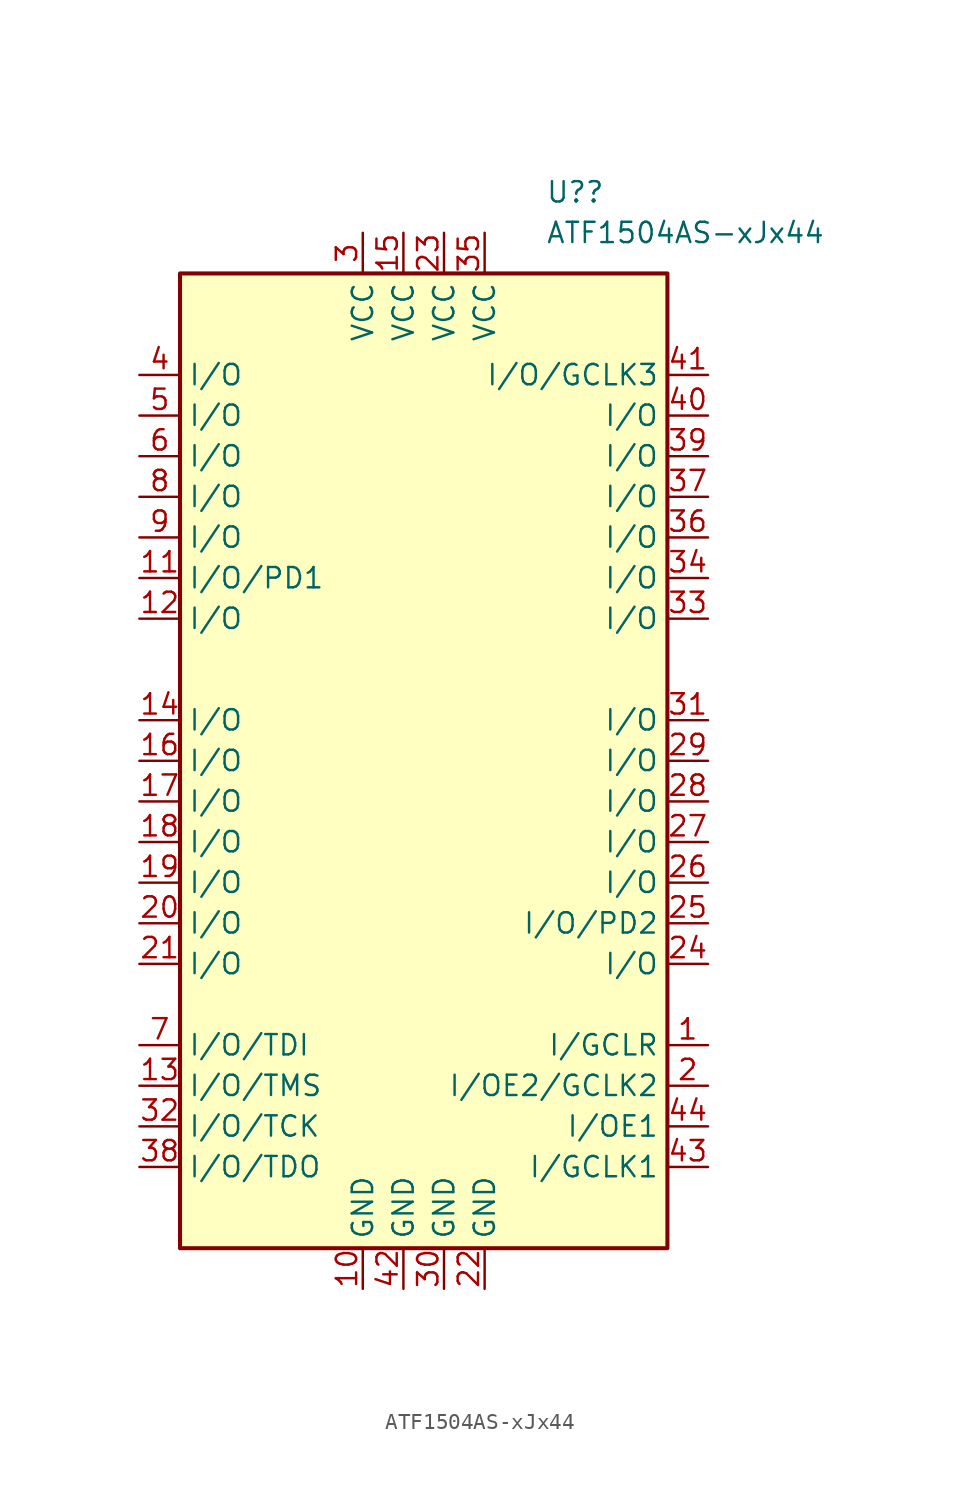
<source format=kicad_sym>
(kicad_symbol_lib
  (version 20211014)
  (generator kicad_symbol_editor)
  (symbol "ATF1504AS-xJx44"
    (property "Reference" "U?"
      (at 7.62 27.94 0)
      (effects (font (size 1.27 1.27)) (justify left)))
    (property "Value" "ATF1504AS-xJx44"
      (at 7.62 25.4 0)
      (effects (font (size 1.27 1.27)) (justify left)))
    (symbol "ATF1504AS-xJx44_0_1"
      (rectangle (start -15.24 22.86) (end 15.24 -38.1) (stroke (width 0.254) (type default) (color 0 0 0 0)) (fill (type background))))
    (symbol "ATF1504AS-xJx44_1_1"
      (pin input line (at 17.78 -25.4 180) (length 2.54) (name "I/GCLR" (effects (font (size 1.27 1.27)))) (number "1" (effects (font (size 1.27 1.27)))))
      (pin power_in line (at -3.81 -40.64 90) (length 2.54) (name "GND" (effects (font (size 1.27 1.27)))) (number "10" (effects (font (size 1.27 1.27)))))
      (pin bidirectional line (at -17.78 3.81 0) (length 2.54) (name "I/O/PD1" (effects (font (size 1.27 1.27)))) (number "11" (effects (font (size 1.27 1.27)))))
      (pin bidirectional line (at -17.78 1.27 0) (length 2.54) (name "I/O" (effects (font (size 1.27 1.27)))) (number "12" (effects (font (size 1.27 1.27)))))
      (pin bidirectional line (at -17.78 -27.94 0) (length 2.54) (name "I/O/TMS" (effects (font (size 1.27 1.27)))) (number "13" (effects (font (size 1.27 1.27)))))
      (pin bidirectional line (at -17.78 -5.08 0) (length 2.54) (name "I/O" (effects (font (size 1.27 1.27)))) (number "14" (effects (font (size 1.27 1.27)))))
      (pin power_in line (at -1.27 25.4 270) (length 2.54) (name "VCC" (effects (font (size 1.27 1.27)))) (number "15" (effects (font (size 1.27 1.27)))))
      (pin bidirectional line (at -17.78 -7.62 0) (length 2.54) (name "I/O" (effects (font (size 1.27 1.27)))) (number "16" (effects (font (size 1.27 1.27)))))
      (pin bidirectional line (at -17.78 -10.16 0) (length 2.54) (name "I/O" (effects (font (size 1.27 1.27)))) (number "17" (effects (font (size 1.27 1.27)))))
      (pin bidirectional line (at -17.78 -12.7 0) (length 2.54) (name "I/O" (effects (font (size 1.27 1.27)))) (number "18" (effects (font (size 1.27 1.27)))))
      (pin bidirectional line (at -17.78 -15.24 0) (length 2.54) (name "I/O" (effects (font (size 1.27 1.27)))) (number "19" (effects (font (size 1.27 1.27)))))
      (pin input line (at 17.78 -27.94 180) (length 2.54) (name "I/OE2/GCLK2" (effects (font (size 1.27 1.27)))) (number "2" (effects (font (size 1.27 1.27)))))
      (pin bidirectional line (at -17.78 -17.78 0) (length 2.54) (name "I/O" (effects (font (size 1.27 1.27)))) (number "20" (effects (font (size 1.27 1.27)))))
      (pin bidirectional line (at -17.78 -20.32 0) (length 2.54) (name "I/O" (effects (font (size 1.27 1.27)))) (number "21" (effects (font (size 1.27 1.27)))))
      (pin power_in line (at 3.81 -40.64 90) (length 2.54) (name "GND" (effects (font (size 1.27 1.27)))) (number "22" (effects (font (size 1.27 1.27)))))
      (pin power_in line (at 1.27 25.4 270) (length 2.54) (name "VCC" (effects (font (size 1.27 1.27)))) (number "23" (effects (font (size 1.27 1.27)))))
      (pin bidirectional line (at 17.78 -20.32 180) (length 2.54) (name "I/O" (effects (font (size 1.27 1.27)))) (number "24" (effects (font (size 1.27 1.27)))))
      (pin bidirectional line (at 17.78 -17.78 180) (length 2.54) (name "I/O/PD2" (effects (font (size 1.27 1.27)))) (number "25" (effects (font (size 1.27 1.27)))))
      (pin bidirectional line (at 17.78 -15.24 180) (length 2.54) (name "I/O" (effects (font (size 1.27 1.27)))) (number "26" (effects (font (size 1.27 1.27)))))
      (pin bidirectional line (at 17.78 -12.7 180) (length 2.54) (name "I/O" (effects (font (size 1.27 1.27)))) (number "27" (effects (font (size 1.27 1.27)))))
      (pin bidirectional line (at 17.78 -10.16 180) (length 2.54) (name "I/O" (effects (font (size 1.27 1.27)))) (number "28" (effects (font (size 1.27 1.27)))))
      (pin bidirectional line (at 17.78 -7.62 180) (length 2.54) (name "I/O" (effects (font (size 1.27 1.27)))) (number "29" (effects (font (size 1.27 1.27)))))
      (pin power_in line (at -3.81 25.4 270) (length 2.54) (name "VCC" (effects (font (size 1.27 1.27)))) (number "3" (effects (font (size 1.27 1.27)))))
      (pin power_in line (at 1.27 -40.64 90) (length 2.54) (name "GND" (effects (font (size 1.27 1.27)))) (number "30" (effects (font (size 1.27 1.27)))))
      (pin bidirectional line (at 17.78 -5.08 180) (length 2.54) (name "I/O" (effects (font (size 1.27 1.27)))) (number "31" (effects (font (size 1.27 1.27)))))
      (pin bidirectional line (at -17.78 -30.48 0) (length 2.54) (name "I/O/TCK" (effects (font (size 1.27 1.27)))) (number "32" (effects (font (size 1.27 1.27)))))
      (pin bidirectional line (at 17.78 1.27 180) (length 2.54) (name "I/O" (effects (font (size 1.27 1.27)))) (number "33" (effects (font (size 1.27 1.27)))))
      (pin bidirectional line (at 17.78 3.81 180) (length 2.54) (name "I/O" (effects (font (size 1.27 1.27)))) (number "34" (effects (font (size 1.27 1.27)))))
      (pin power_in line (at 3.81 25.4 270) (length 2.54) (name "VCC" (effects (font (size 1.27 1.27)))) (number "35" (effects (font (size 1.27 1.27)))))
      (pin bidirectional line (at 17.78 6.35 180) (length 2.54) (name "I/O" (effects (font (size 1.27 1.27)))) (number "36" (effects (font (size 1.27 1.27)))))
      (pin bidirectional line (at 17.78 8.89 180) (length 2.54) (name "I/O" (effects (font (size 1.27 1.27)))) (number "37" (effects (font (size 1.27 1.27)))))
      (pin bidirectional line (at -17.78 -33.02 0) (length 2.54) (name "I/O/TDO" (effects (font (size 1.27 1.27)))) (number "38" (effects (font (size 1.27 1.27)))))
      (pin bidirectional line (at 17.78 11.43 180) (length 2.54) (name "I/O" (effects (font (size 1.27 1.27)))) (number "39" (effects (font (size 1.27 1.27)))))
      (pin bidirectional line (at -17.78 16.51 0) (length 2.54) (name "I/O" (effects (font (size 1.27 1.27)))) (number "4" (effects (font (size 1.27 1.27)))))
      (pin bidirectional line (at 17.78 13.97 180) (length 2.54) (name "I/O" (effects (font (size 1.27 1.27)))) (number "40" (effects (font (size 1.27 1.27)))))
      (pin bidirectional line (at 17.78 16.51 180) (length 2.54) (name "I/O/GCLK3" (effects (font (size 1.27 1.27)))) (number "41" (effects (font (size 1.27 1.27)))))
      (pin power_in line (at -1.27 -40.64 90) (length 2.54) (name "GND" (effects (font (size 1.27 1.27)))) (number "42" (effects (font (size 1.27 1.27)))))
      (pin input line (at 17.78 -33.02 180) (length 2.54) (name "I/GCLK1" (effects (font (size 1.27 1.27)))) (number "43" (effects (font (size 1.27 1.27)))))
      (pin input line (at 17.78 -30.48 180) (length 2.54) (name "I/OE1" (effects (font (size 1.27 1.27)))) (number "44" (effects (font (size 1.27 1.27)))))
      (pin bidirectional line (at -17.78 13.97 0) (length 2.54) (name "I/O" (effects (font (size 1.27 1.27)))) (number "5" (effects (font (size 1.27 1.27)))))
      (pin bidirectional line (at -17.78 11.43 0) (length 2.54) (name "I/O" (effects (font (size 1.27 1.27)))) (number "6" (effects (font (size 1.27 1.27)))))
      (pin bidirectional line (at -17.78 -25.4 0) (length 2.54) (name "I/O/TDI" (effects (font (size 1.27 1.27)))) (number "7" (effects (font (size 1.27 1.27)))))
      (pin bidirectional line (at -17.78 8.89 0) (length 2.54) (name "I/O" (effects (font (size 1.27 1.27)))) (number "8" (effects (font (size 1.27 1.27)))))
      (pin bidirectional line (at -17.78 6.35 0) (length 2.54) (name "I/O" (effects (font (size 1.27 1.27)))) (number "9" (effects (font (size 1.27 1.27))))))))
</source>
